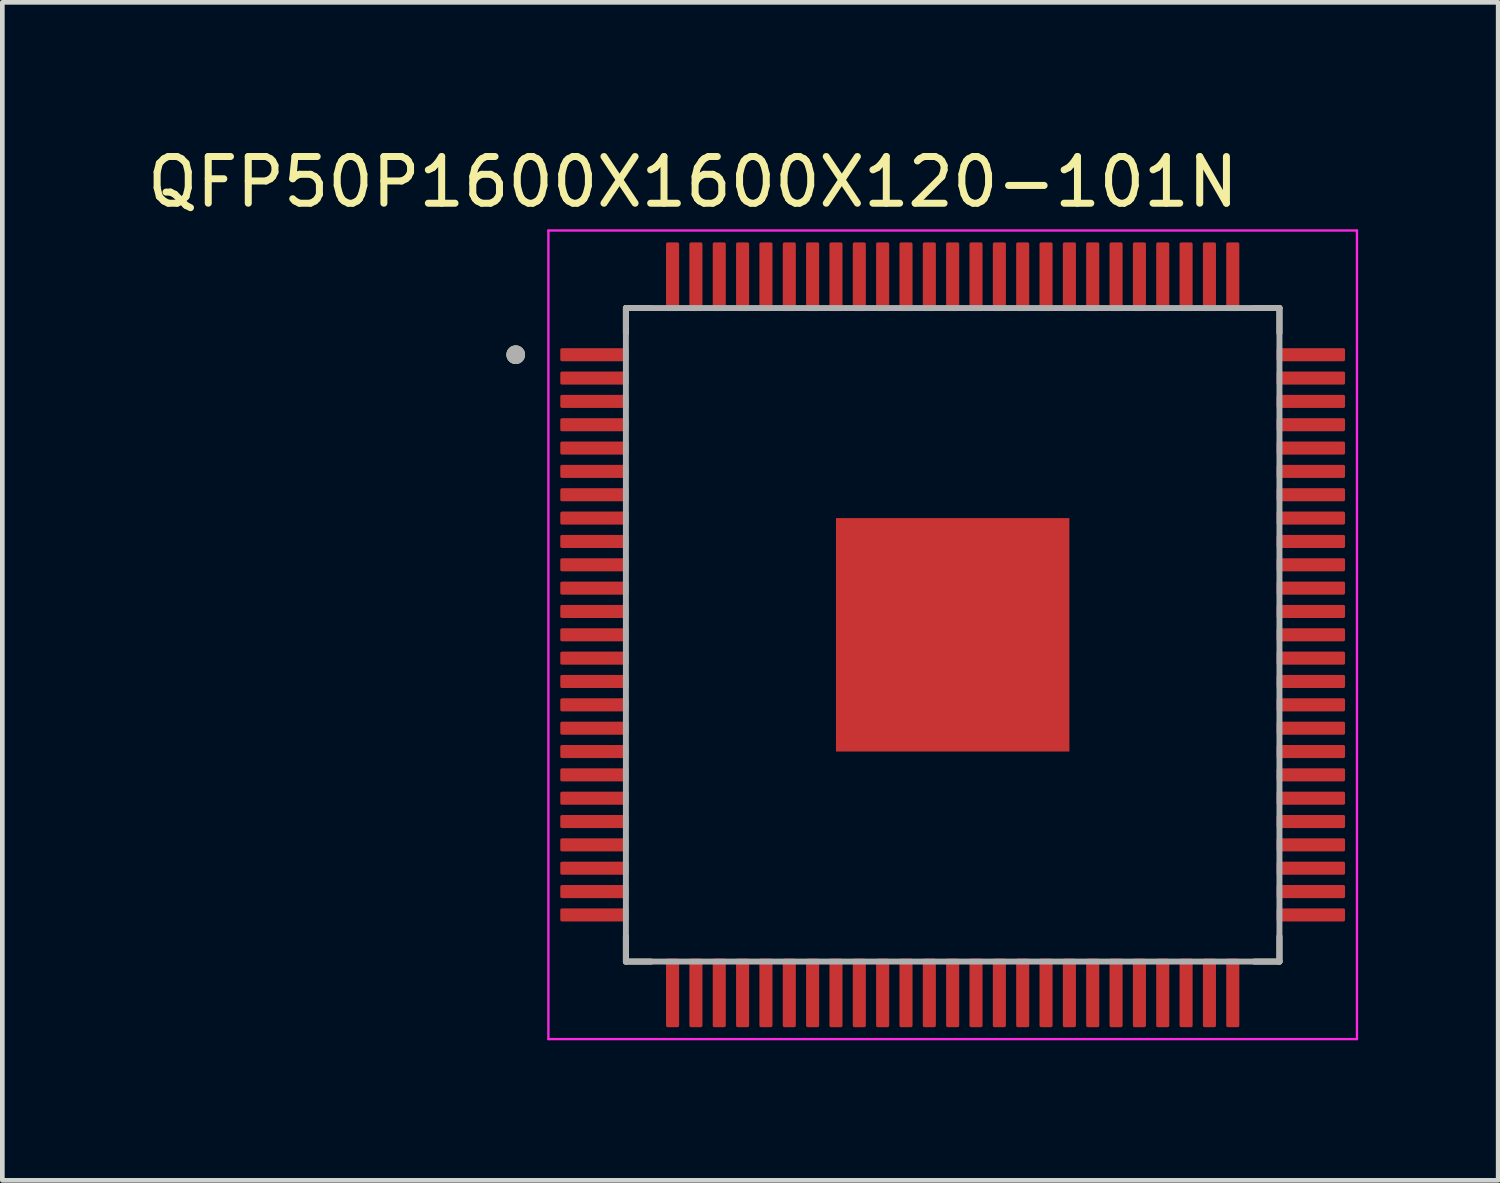
<source format=kicad_pcb>
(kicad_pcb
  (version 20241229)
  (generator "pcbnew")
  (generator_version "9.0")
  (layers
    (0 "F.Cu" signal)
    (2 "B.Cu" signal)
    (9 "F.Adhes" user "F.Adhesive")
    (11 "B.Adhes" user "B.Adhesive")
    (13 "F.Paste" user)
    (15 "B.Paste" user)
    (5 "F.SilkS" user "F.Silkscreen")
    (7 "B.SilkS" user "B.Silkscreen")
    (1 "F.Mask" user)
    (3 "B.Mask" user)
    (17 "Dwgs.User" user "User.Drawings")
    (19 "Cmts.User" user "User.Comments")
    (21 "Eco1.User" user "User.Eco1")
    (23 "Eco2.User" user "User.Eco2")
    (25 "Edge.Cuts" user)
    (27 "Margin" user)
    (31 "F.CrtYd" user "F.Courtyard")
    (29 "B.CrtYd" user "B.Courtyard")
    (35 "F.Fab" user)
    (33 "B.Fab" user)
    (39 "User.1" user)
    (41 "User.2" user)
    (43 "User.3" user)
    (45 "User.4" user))
  (footprint "QFP50P1600X1600X120-101N"
    (layer "F.Cu")
    (at 17.357 10.548)
    (property "Reference" "QFP50P1600X1600X120-101N" (at -5.565 -9.7 0) (layer "F.SilkS") (effects (font (size 1 1) (thickness 0.15))))
    (attr smd)
    (fp_line (start -7 -7) (end -7 -6.46) (stroke (width 0.127) (type solid)) (layer "F.SilkS"))
    (fp_line (start -7 -7) (end -6.46 -7) (stroke (width 0.127) (type solid)) (layer "F.SilkS"))
    (fp_line (start -7 7) (end -7 6.46) (stroke (width 0.127) (type solid)) (layer "F.SilkS"))
    (fp_line (start -7 7) (end -6.46 7) (stroke (width 0.127) (type solid)) (layer "F.SilkS"))
    (fp_line (start 7 -7) (end 6.46 -7) (stroke (width 0.127) (type solid)) (layer "F.SilkS"))
    (fp_line (start 7 -7) (end 7 -6.46) (stroke (width 0.127) (type solid)) (layer "F.SilkS"))
    (fp_line (start 7 7) (end 6.46 7) (stroke (width 0.127) (type solid)) (layer "F.SilkS"))
    (fp_line (start 7 7) (end 7 6.46) (stroke (width 0.127) (type solid)) (layer "F.SilkS"))
    (fp_circle (center -9.36 -6) (end -9.26 -6) (stroke (width 0.2) (type solid)) (fill no) (layer "F.SilkS"))
    (fp_poly (pts (xy -2.04 -2.04) (xy -0.46 -2.04) (xy -0.46 -0.46) (xy -2.04 -0.46)) (stroke (width 0.01) (type solid)) (fill yes) (layer "F.Paste"))
    (fp_poly (pts (xy -2.04 0.46) (xy -0.46 0.46) (xy -0.46 2.04) (xy -2.04 2.04)) (stroke (width 0.01) (type solid)) (fill yes) (layer "F.Paste"))
    (fp_poly (pts (xy 0.46 -2.04) (xy 2.04 -2.04) (xy 2.04 -0.46) (xy 0.46 -0.46)) (stroke (width 0.01) (type solid)) (fill yes) (layer "F.Paste"))
    (fp_poly (pts (xy 0.46 0.46) (xy 2.04 0.46) (xy 2.04 2.04) (xy 0.46 2.04)) (stroke (width 0.01) (type solid)) (fill yes) (layer "F.Paste"))
    (fp_line (start -8.66 -8.66) (end 8.66 -8.66) (stroke (width 0.05) (type solid)) (layer "F.CrtYd"))
    (fp_line (start -8.66 8.66) (end -8.66 -8.66) (stroke (width 0.05) (type solid)) (layer "F.CrtYd"))
    (fp_line (start -8.66 8.66) (end 8.66 8.66) (stroke (width 0.05) (type solid)) (layer "F.CrtYd"))
    (fp_line (start 8.66 8.66) (end 8.66 -8.66) (stroke (width 0.05) (type solid)) (layer "F.CrtYd"))
    (fp_line (start -7 7) (end -7 -7) (stroke (width 0.127) (type solid)) (layer "F.Fab"))
    (fp_line (start 7 -7) (end -7 -7) (stroke (width 0.127) (type solid)) (layer "F.Fab"))
    (fp_line (start 7 7) (end -7 7) (stroke (width 0.127) (type solid)) (layer "F.Fab"))
    (fp_line (start 7 7) (end 7 -7) (stroke (width 0.127) (type solid)) (layer "F.Fab"))
    (fp_circle (center -9.36 -6) (end -9.26 -6) (stroke (width 0.2) (type solid)) (fill no) (layer "F.Fab"))
    (pad "1" smd roundrect (at -7.67 -6) (size 1.47 0.28) (layers "F.Cu" "F.Mask" "F.Paste") (roundrect_rratio 0.125))
    (pad "2" smd roundrect (at -7.67 -5.5) (size 1.47 0.28) (layers "F.Cu" "F.Mask" "F.Paste") (roundrect_rratio 0.125))
    (pad "3" smd roundrect (at -7.67 -5) (size 1.47 0.28) (layers "F.Cu" "F.Mask" "F.Paste") (roundrect_rratio 0.125))
    (pad "4" smd roundrect (at -7.67 -4.5) (size 1.47 0.28) (layers "F.Cu" "F.Mask" "F.Paste") (roundrect_rratio 0.125))
    (pad "5" smd roundrect (at -7.67 -4) (size 1.47 0.28) (layers "F.Cu" "F.Mask" "F.Paste") (roundrect_rratio 0.125))
    (pad "6" smd roundrect (at -7.67 -3.5) (size 1.47 0.28) (layers "F.Cu" "F.Mask" "F.Paste") (roundrect_rratio 0.125))
    (pad "7" smd roundrect (at -7.67 -3) (size 1.47 0.28) (layers "F.Cu" "F.Mask" "F.Paste") (roundrect_rratio 0.125))
    (pad "8" smd roundrect (at -7.67 -2.5) (size 1.47 0.28) (layers "F.Cu" "F.Mask" "F.Paste") (roundrect_rratio 0.125))
    (pad "9" smd roundrect (at -7.67 -2) (size 1.47 0.28) (layers "F.Cu" "F.Mask" "F.Paste") (roundrect_rratio 0.125))
    (pad "10" smd roundrect (at -7.67 -1.5) (size 1.47 0.28) (layers "F.Cu" "F.Mask" "F.Paste") (roundrect_rratio 0.125))
    (pad "11" smd roundrect (at -7.67 -1) (size 1.47 0.28) (layers "F.Cu" "F.Mask" "F.Paste") (roundrect_rratio 0.125))
    (pad "12" smd roundrect (at -7.67 -0.5) (size 1.47 0.28) (layers "F.Cu" "F.Mask" "F.Paste") (roundrect_rratio 0.125))
    (pad "13" smd roundrect (at -7.67 0) (size 1.47 0.28) (layers "F.Cu" "F.Mask" "F.Paste") (roundrect_rratio 0.125))
    (pad "14" smd roundrect (at -7.67 0.5) (size 1.47 0.28) (layers "F.Cu" "F.Mask" "F.Paste") (roundrect_rratio 0.125))
    (pad "15" smd roundrect (at -7.67 1) (size 1.47 0.28) (layers "F.Cu" "F.Mask" "F.Paste") (roundrect_rratio 0.125))
    (pad "16" smd roundrect (at -7.67 1.5) (size 1.47 0.28) (layers "F.Cu" "F.Mask" "F.Paste") (roundrect_rratio 0.125))
    (pad "17" smd roundrect (at -7.67 2) (size 1.47 0.28) (layers "F.Cu" "F.Mask" "F.Paste") (roundrect_rratio 0.125))
    (pad "18" smd roundrect (at -7.67 2.5) (size 1.47 0.28) (layers "F.Cu" "F.Mask" "F.Paste") (roundrect_rratio 0.125))
    (pad "19" smd roundrect (at -7.67 3) (size 1.47 0.28) (layers "F.Cu" "F.Mask" "F.Paste") (roundrect_rratio 0.125))
    (pad "20" smd roundrect (at -7.67 3.5) (size 1.47 0.28) (layers "F.Cu" "F.Mask" "F.Paste") (roundrect_rratio 0.125))
    (pad "21" smd roundrect (at -7.67 4) (size 1.47 0.28) (layers "F.Cu" "F.Mask" "F.Paste") (roundrect_rratio 0.125))
    (pad "22" smd roundrect (at -7.67 4.5) (size 1.47 0.28) (layers "F.Cu" "F.Mask" "F.Paste") (roundrect_rratio 0.125))
    (pad "23" smd roundrect (at -7.67 5) (size 1.47 0.28) (layers "F.Cu" "F.Mask" "F.Paste") (roundrect_rratio 0.125))
    (pad "24" smd roundrect (at -7.67 5.5) (size 1.47 0.28) (layers "F.Cu" "F.Mask" "F.Paste") (roundrect_rratio 0.125))
    (pad "25" smd roundrect (at -7.67 6) (size 1.47 0.28) (layers "F.Cu" "F.Mask" "F.Paste") (roundrect_rratio 0.125))
    (pad "26" smd roundrect (at -6 7.67) (size 0.28 1.47) (layers "F.Cu" "F.Mask" "F.Paste") (roundrect_rratio 0.125))
    (pad "27" smd roundrect (at -5.5 7.67) (size 0.28 1.47) (layers "F.Cu" "F.Mask" "F.Paste") (roundrect_rratio 0.125))
    (pad "28" smd roundrect (at -5 7.67) (size 0.28 1.47) (layers "F.Cu" "F.Mask" "F.Paste") (roundrect_rratio 0.125))
    (pad "29" smd roundrect (at -4.5 7.67) (size 0.28 1.47) (layers "F.Cu" "F.Mask" "F.Paste") (roundrect_rratio 0.125))
    (pad "30" smd roundrect (at -4 7.67) (size 0.28 1.47) (layers "F.Cu" "F.Mask" "F.Paste") (roundrect_rratio 0.125))
    (pad "31" smd roundrect (at -3.5 7.67) (size 0.28 1.47) (layers "F.Cu" "F.Mask" "F.Paste") (roundrect_rratio 0.125))
    (pad "32" smd roundrect (at -3 7.67) (size 0.28 1.47) (layers "F.Cu" "F.Mask" "F.Paste") (roundrect_rratio 0.125))
    (pad "33" smd roundrect (at -2.5 7.67) (size 0.28 1.47) (layers "F.Cu" "F.Mask" "F.Paste") (roundrect_rratio 0.125))
    (pad "34" smd roundrect (at -2 7.67) (size 0.28 1.47) (layers "F.Cu" "F.Mask" "F.Paste") (roundrect_rratio 0.125))
    (pad "35" smd roundrect (at -1.5 7.67) (size 0.28 1.47) (layers "F.Cu" "F.Mask" "F.Paste") (roundrect_rratio 0.125))
    (pad "36" smd roundrect (at -1 7.67) (size 0.28 1.47) (layers "F.Cu" "F.Mask" "F.Paste") (roundrect_rratio 0.125))
    (pad "37" smd roundrect (at -0.5 7.67) (size 0.28 1.47) (layers "F.Cu" "F.Mask" "F.Paste") (roundrect_rratio 0.125))
    (pad "38" smd roundrect (at 0 7.67) (size 0.28 1.47) (layers "F.Cu" "F.Mask" "F.Paste") (roundrect_rratio 0.125))
    (pad "39" smd roundrect (at 0.5 7.67) (size 0.28 1.47) (layers "F.Cu" "F.Mask" "F.Paste") (roundrect_rratio 0.125))
    (pad "40" smd roundrect (at 1 7.67) (size 0.28 1.47) (layers "F.Cu" "F.Mask" "F.Paste") (roundrect_rratio 0.125))
    (pad "41" smd roundrect (at 1.5 7.67) (size 0.28 1.47) (layers "F.Cu" "F.Mask" "F.Paste") (roundrect_rratio 0.125))
    (pad "42" smd roundrect (at 2 7.67) (size 0.28 1.47) (layers "F.Cu" "F.Mask" "F.Paste") (roundrect_rratio 0.125))
    (pad "43" smd roundrect (at 2.5 7.67) (size 0.28 1.47) (layers "F.Cu" "F.Mask" "F.Paste") (roundrect_rratio 0.125))
    (pad "44" smd roundrect (at 3 7.67) (size 0.28 1.47) (layers "F.Cu" "F.Mask" "F.Paste") (roundrect_rratio 0.125))
    (pad "45" smd roundrect (at 3.5 7.67) (size 0.28 1.47) (layers "F.Cu" "F.Mask" "F.Paste") (roundrect_rratio 0.125))
    (pad "46" smd roundrect (at 4 7.67) (size 0.28 1.47) (layers "F.Cu" "F.Mask" "F.Paste") (roundrect_rratio 0.125))
    (pad "47" smd roundrect (at 4.5 7.67) (size 0.28 1.47) (layers "F.Cu" "F.Mask" "F.Paste") (roundrect_rratio 0.125))
    (pad "48" smd roundrect (at 5 7.67) (size 0.28 1.47) (layers "F.Cu" "F.Mask" "F.Paste") (roundrect_rratio 0.125))
    (pad "49" smd roundrect (at 5.5 7.67) (size 0.28 1.47) (layers "F.Cu" "F.Mask" "F.Paste") (roundrect_rratio 0.125))
    (pad "50" smd roundrect (at 6 7.67) (size 0.28 1.47) (layers "F.Cu" "F.Mask" "F.Paste") (roundrect_rratio 0.125))
    (pad "51" smd roundrect (at 7.67 6) (size 1.47 0.28) (layers "F.Cu" "F.Mask" "F.Paste") (roundrect_rratio 0.125))
    (pad "52" smd roundrect (at 7.67 5.5) (size 1.47 0.28) (layers "F.Cu" "F.Mask" "F.Paste") (roundrect_rratio 0.125))
    (pad "53" smd roundrect (at 7.67 5) (size 1.47 0.28) (layers "F.Cu" "F.Mask" "F.Paste") (roundrect_rratio 0.125))
    (pad "54" smd roundrect (at 7.67 4.5) (size 1.47 0.28) (layers "F.Cu" "F.Mask" "F.Paste") (roundrect_rratio 0.125))
    (pad "55" smd roundrect (at 7.67 4) (size 1.47 0.28) (layers "F.Cu" "F.Mask" "F.Paste") (roundrect_rratio 0.125))
    (pad "56" smd roundrect (at 7.67 3.5) (size 1.47 0.28) (layers "F.Cu" "F.Mask" "F.Paste") (roundrect_rratio 0.125))
    (pad "57" smd roundrect (at 7.67 3) (size 1.47 0.28) (layers "F.Cu" "F.Mask" "F.Paste") (roundrect_rratio 0.125))
    (pad "58" smd roundrect (at 7.67 2.5) (size 1.47 0.28) (layers "F.Cu" "F.Mask" "F.Paste") (roundrect_rratio 0.125))
    (pad "59" smd roundrect (at 7.67 2) (size 1.47 0.28) (layers "F.Cu" "F.Mask" "F.Paste") (roundrect_rratio 0.125))
    (pad "60" smd roundrect (at 7.67 1.5) (size 1.47 0.28) (layers "F.Cu" "F.Mask" "F.Paste") (roundrect_rratio 0.125))
    (pad "61" smd roundrect (at 7.67 1) (size 1.47 0.28) (layers "F.Cu" "F.Mask" "F.Paste") (roundrect_rratio 0.125))
    (pad "62" smd roundrect (at 7.67 0.5) (size 1.47 0.28) (layers "F.Cu" "F.Mask" "F.Paste") (roundrect_rratio 0.125))
    (pad "63" smd roundrect (at 7.67 0) (size 1.47 0.28) (layers "F.Cu" "F.Mask" "F.Paste") (roundrect_rratio 0.125))
    (pad "64" smd roundrect (at 7.67 -0.5) (size 1.47 0.28) (layers "F.Cu" "F.Mask" "F.Paste") (roundrect_rratio 0.125))
    (pad "65" smd roundrect (at 7.67 -1) (size 1.47 0.28) (layers "F.Cu" "F.Mask" "F.Paste") (roundrect_rratio 0.125))
    (pad "66" smd roundrect (at 7.67 -1.5) (size 1.47 0.28) (layers "F.Cu" "F.Mask" "F.Paste") (roundrect_rratio 0.125))
    (pad "67" smd roundrect (at 7.67 -2) (size 1.47 0.28) (layers "F.Cu" "F.Mask" "F.Paste") (roundrect_rratio 0.125))
    (pad "68" smd roundrect (at 7.67 -2.5) (size 1.47 0.28) (layers "F.Cu" "F.Mask" "F.Paste") (roundrect_rratio 0.125))
    (pad "69" smd roundrect (at 7.67 -3) (size 1.47 0.28) (layers "F.Cu" "F.Mask" "F.Paste") (roundrect_rratio 0.125))
    (pad "70" smd roundrect (at 7.67 -3.5) (size 1.47 0.28) (layers "F.Cu" "F.Mask" "F.Paste") (roundrect_rratio 0.125))
    (pad "71" smd roundrect (at 7.67 -4) (size 1.47 0.28) (layers "F.Cu" "F.Mask" "F.Paste") (roundrect_rratio 0.125))
    (pad "72" smd roundrect (at 7.67 -4.5) (size 1.47 0.28) (layers "F.Cu" "F.Mask" "F.Paste") (roundrect_rratio 0.125))
    (pad "73" smd roundrect (at 7.67 -5) (size 1.47 0.28) (layers "F.Cu" "F.Mask" "F.Paste") (roundrect_rratio 0.125))
    (pad "74" smd roundrect (at 7.67 -5.5) (size 1.47 0.28) (layers "F.Cu" "F.Mask" "F.Paste") (roundrect_rratio 0.125))
    (pad "75" smd roundrect (at 7.67 -6) (size 1.47 0.28) (layers "F.Cu" "F.Mask" "F.Paste") (roundrect_rratio 0.125))
    (pad "76" smd roundrect (at 6 -7.67) (size 0.28 1.47) (layers "F.Cu" "F.Mask" "F.Paste") (roundrect_rratio 0.125))
    (pad "77" smd roundrect (at 5.5 -7.67) (size 0.28 1.47) (layers "F.Cu" "F.Mask" "F.Paste") (roundrect_rratio 0.125))
    (pad "78" smd roundrect (at 5 -7.67) (size 0.28 1.47) (layers "F.Cu" "F.Mask" "F.Paste") (roundrect_rratio 0.125))
    (pad "79" smd roundrect (at 4.5 -7.67) (size 0.28 1.47) (layers "F.Cu" "F.Mask" "F.Paste") (roundrect_rratio 0.125))
    (pad "80" smd roundrect (at 4 -7.67) (size 0.28 1.47) (layers "F.Cu" "F.Mask" "F.Paste") (roundrect_rratio 0.125))
    (pad "81" smd roundrect (at 3.5 -7.67) (size 0.28 1.47) (layers "F.Cu" "F.Mask" "F.Paste") (roundrect_rratio 0.125))
    (pad "82" smd roundrect (at 3 -7.67) (size 0.28 1.47) (layers "F.Cu" "F.Mask" "F.Paste") (roundrect_rratio 0.125))
    (pad "83" smd roundrect (at 2.5 -7.67) (size 0.28 1.47) (layers "F.Cu" "F.Mask" "F.Paste") (roundrect_rratio 0.125))
    (pad "84" smd roundrect (at 2 -7.67) (size 0.28 1.47) (layers "F.Cu" "F.Mask" "F.Paste") (roundrect_rratio 0.125))
    (pad "85" smd roundrect (at 1.5 -7.67) (size 0.28 1.47) (layers "F.Cu" "F.Mask" "F.Paste") (roundrect_rratio 0.125))
    (pad "86" smd roundrect (at 1 -7.67) (size 0.28 1.47) (layers "F.Cu" "F.Mask" "F.Paste") (roundrect_rratio 0.125))
    (pad "87" smd roundrect (at 0.5 -7.67) (size 0.28 1.47) (layers "F.Cu" "F.Mask" "F.Paste") (roundrect_rratio 0.125))
    (pad "88" smd roundrect (at 0 -7.67) (size 0.28 1.47) (layers "F.Cu" "F.Mask" "F.Paste") (roundrect_rratio 0.125))
    (pad "89" smd roundrect (at -0.5 -7.67) (size 0.28 1.47) (layers "F.Cu" "F.Mask" "F.Paste") (roundrect_rratio 0.125))
    (pad "90" smd roundrect (at -1 -7.67) (size 0.28 1.47) (layers "F.Cu" "F.Mask" "F.Paste") (roundrect_rratio 0.125))
    (pad "91" smd roundrect (at -1.5 -7.67) (size 0.28 1.47) (layers "F.Cu" "F.Mask" "F.Paste") (roundrect_rratio 0.125))
    (pad "92" smd roundrect (at -2 -7.67) (size 0.28 1.47) (layers "F.Cu" "F.Mask" "F.Paste") (roundrect_rratio 0.125))
    (pad "93" smd roundrect (at -2.5 -7.67) (size 0.28 1.47) (layers "F.Cu" "F.Mask" "F.Paste") (roundrect_rratio 0.125))
    (pad "94" smd roundrect (at -3 -7.67) (size 0.28 1.47) (layers "F.Cu" "F.Mask" "F.Paste") (roundrect_rratio 0.125))
    (pad "95" smd roundrect (at -3.5 -7.67) (size 0.28 1.47) (layers "F.Cu" "F.Mask" "F.Paste") (roundrect_rratio 0.125))
    (pad "96" smd roundrect (at -4 -7.67) (size 0.28 1.47) (layers "F.Cu" "F.Mask" "F.Paste") (roundrect_rratio 0.125))
    (pad "97" smd roundrect (at -4.5 -7.67) (size 0.28 1.47) (layers "F.Cu" "F.Mask" "F.Paste") (roundrect_rratio 0.125))
    (pad "98" smd roundrect (at -5 -7.67) (size 0.28 1.47) (layers "F.Cu" "F.Mask" "F.Paste") (roundrect_rratio 0.125))
    (pad "99" smd roundrect (at -5.5 -7.67) (size 0.28 1.47) (layers "F.Cu" "F.Mask" "F.Paste") (roundrect_rratio 0.125))
    (pad "100" smd roundrect (at -6 -7.67) (size 0.28 1.47) (layers "F.Cu" "F.Mask" "F.Paste") (roundrect_rratio 0.125))
    (pad "101" smd rect (at 0 0) (size 5 5) (layers "F.Cu" "F.Mask")))
  (gr_rect
    (start -3 -3)
    (end 29.042 22.233)
    (stroke (width 0.1) (type default))
    (fill no)
    (layer "Edge.Cuts")))
</source>
